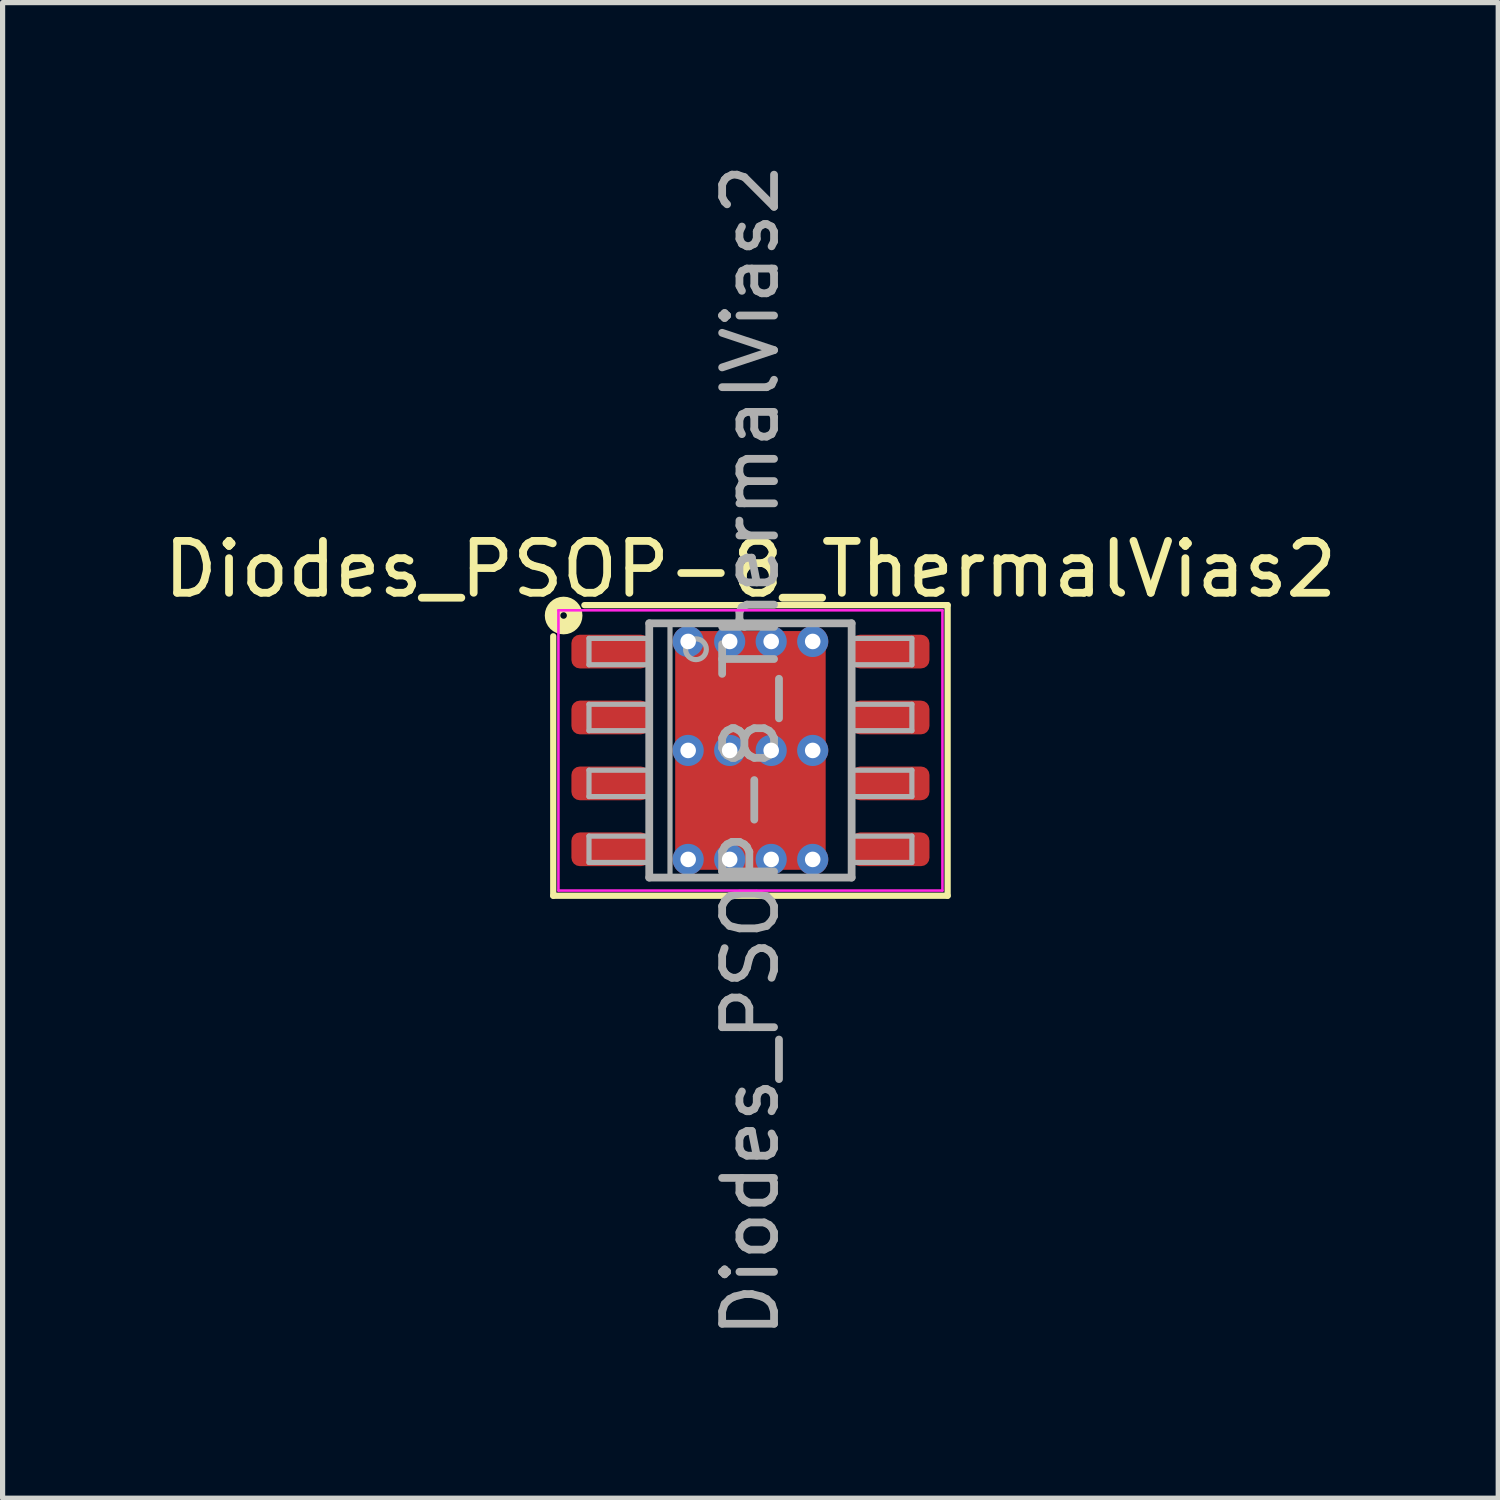
<source format=kicad_pcb>
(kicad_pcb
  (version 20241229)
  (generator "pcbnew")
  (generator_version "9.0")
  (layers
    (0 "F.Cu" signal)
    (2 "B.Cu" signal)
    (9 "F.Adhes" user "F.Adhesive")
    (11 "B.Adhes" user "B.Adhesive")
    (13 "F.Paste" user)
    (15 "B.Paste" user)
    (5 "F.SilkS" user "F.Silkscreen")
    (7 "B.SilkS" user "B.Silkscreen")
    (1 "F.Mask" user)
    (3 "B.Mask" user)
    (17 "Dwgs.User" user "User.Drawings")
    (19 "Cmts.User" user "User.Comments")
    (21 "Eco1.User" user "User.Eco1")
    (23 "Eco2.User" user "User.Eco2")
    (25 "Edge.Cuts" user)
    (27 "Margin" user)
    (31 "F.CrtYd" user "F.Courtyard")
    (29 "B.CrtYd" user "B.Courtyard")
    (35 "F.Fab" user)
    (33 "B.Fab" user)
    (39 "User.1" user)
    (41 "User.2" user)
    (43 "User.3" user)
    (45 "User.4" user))
  (footprint "Diodes_PSOP-8_ThermalVias2"
    (layer "F.Cu")
    (at 11.411 11.411)
    (property "Reference" "Diodes_PSOP-8_ThermalVias2" (at 0 -3.493 0) (layer "F.SilkS") (effects (font (size 1 1) (thickness 0.15))))
    (attr smd)
    (fp_line (start -3.8 -2.2) (end -3.8 2.8) (stroke (width 0.12) (type solid)) (layer "F.SilkS"))
    (fp_line (start -3.8 2.8) (end 3.8 2.8) (stroke (width 0.12) (type solid)) (layer "F.SilkS"))
    (fp_line (start 3.8 -2.8) (end -3.2 -2.8) (stroke (width 0.12) (type solid)) (layer "F.SilkS"))
    (fp_line (start 3.8 2.8) (end 3.8 -2.8) (stroke (width 0.12) (type solid)) (layer "F.SilkS"))
    (fp_circle (center -3.6 -2.6) (end -3.537 -2.6) (stroke (width 0.3) (type solid)) (fill no) (layer "F.SilkS"))
    (fp_line (start -3.7 -2.7) (end -3.7 2.7) (stroke (width 0.05) (type solid)) (layer "F.CrtYd"))
    (fp_line (start -3.7 -2.7) (end 3.7 -2.7) (stroke (width 0.05) (type solid)) (layer "F.CrtYd"))
    (fp_line (start -3.7 2.7) (end 3.7 2.7) (stroke (width 0.05) (type solid)) (layer "F.CrtYd"))
    (fp_line (start 3.7 -2.7) (end 3.7 2.7) (stroke (width 0.05) (type solid)) (layer "F.CrtYd"))
    (fp_line (start -3.111 -2.159) (end -3.111 -1.651) (stroke (width 0.1) (type solid)) (layer "F.Fab"))
    (fp_line (start -3.111 -2.159) (end -1.968 -2.159) (stroke (width 0.1) (type solid)) (layer "F.Fab"))
    (fp_line (start -3.111 -1.651) (end -1.968 -1.651) (stroke (width 0.1) (type solid)) (layer "F.Fab"))
    (fp_line (start -3.111 -0.889) (end -3.111 -0.381) (stroke (width 0.1) (type solid)) (layer "F.Fab"))
    (fp_line (start -3.111 -0.889) (end -1.968 -0.889) (stroke (width 0.1) (type solid)) (layer "F.Fab"))
    (fp_line (start -3.111 -0.381) (end -1.968 -0.381) (stroke (width 0.1) (type solid)) (layer "F.Fab"))
    (fp_line (start -3.111 0.381) (end -3.111 0.889) (stroke (width 0.1) (type solid)) (layer "F.Fab"))
    (fp_line (start -3.111 0.381) (end -1.968 0.381) (stroke (width 0.1) (type solid)) (layer "F.Fab"))
    (fp_line (start -3.111 0.889) (end -1.968 0.889) (stroke (width 0.1) (type solid)) (layer "F.Fab"))
    (fp_line (start -3.111 1.651) (end -3.111 2.159) (stroke (width 0.1) (type solid)) (layer "F.Fab"))
    (fp_line (start -3.111 1.651) (end -1.968 1.651) (stroke (width 0.1) (type solid)) (layer "F.Fab"))
    (fp_line (start -3.111 2.159) (end -1.968 2.159) (stroke (width 0.1) (type solid)) (layer "F.Fab"))
    (fp_line (start -1.95 -2.45) (end 1.95 -2.45) (stroke (width 0.15) (type solid)) (layer "F.Fab"))
    (fp_line (start -1.95 2.45) (end -1.95 -2.45) (stroke (width 0.15) (type solid)) (layer "F.Fab"))
    (fp_line (start -1.55 -2.45) (end -1.55 2.45) (stroke (width 0.1) (type solid)) (layer "F.Fab"))
    (fp_line (start 1.95 -2.45) (end 1.95 2.45) (stroke (width 0.15) (type solid)) (layer "F.Fab"))
    (fp_line (start 1.95 2.45) (end -1.95 2.45) (stroke (width 0.15) (type solid)) (layer "F.Fab"))
    (fp_line (start 3.111 -2.159) (end 1.968 -2.159) (stroke (width 0.1) (type solid)) (layer "F.Fab"))
    (fp_line (start 3.111 -1.651) (end 1.968 -1.651) (stroke (width 0.1) (type solid)) (layer "F.Fab"))
    (fp_line (start 3.111 -1.651) (end 3.111 -2.159) (stroke (width 0.1) (type solid)) (layer "F.Fab"))
    (fp_line (start 3.111 -0.889) (end 1.968 -0.889) (stroke (width 0.1) (type solid)) (layer "F.Fab"))
    (fp_line (start 3.111 -0.381) (end 1.968 -0.381) (stroke (width 0.1) (type solid)) (layer "F.Fab"))
    (fp_line (start 3.111 -0.381) (end 3.111 -0.889) (stroke (width 0.1) (type solid)) (layer "F.Fab"))
    (fp_line (start 3.111 0.381) (end 1.968 0.381) (stroke (width 0.1) (type solid)) (layer "F.Fab"))
    (fp_line (start 3.111 0.889) (end 1.968 0.889) (stroke (width 0.1) (type solid)) (layer "F.Fab"))
    (fp_line (start 3.111 0.889) (end 3.111 0.381) (stroke (width 0.1) (type solid)) (layer "F.Fab"))
    (fp_line (start 3.111 1.651) (end 1.968 1.651) (stroke (width 0.1) (type solid)) (layer "F.Fab"))
    (fp_line (start 3.111 2.159) (end 1.968 2.159) (stroke (width 0.1) (type solid)) (layer "F.Fab"))
    (fp_line (start 3.111 2.159) (end 3.111 1.651) (stroke (width 0.1) (type solid)) (layer "F.Fab"))
    (fp_circle (center -1.05 -1.95) (end -0.85 -1.95) (stroke (width 0.1) (type solid)) (fill no) (layer "F.Fab"))
    (fp_text user "${REFERENCE}" (at 0 0 90) (layer "F.Fab") (effects (font (size 1 1) (thickness 0.15))))
    (pad "" smd roundrect (at -0.625 -1.05 90) (size 1.1 1.05) (layers "F.Paste") (roundrect_rratio 0.238))
    (pad "" smd roundrect (at -0.625 1.05 90) (size 1.1 1.05) (layers "F.Paste") (roundrect_rratio 0.238))
    (pad "" smd roundrect (at 0 -1.05) (size 2.7 1.5) (layers "F.Mask") (roundrect_rratio 0.167))
    (pad "" smd roundrect (at 0 1.05) (size 2.7 1.5) (layers "F.Mask") (roundrect_rratio 0.167))
    (pad "" smd roundrect (at 0.625 -1.05 90) (size 1.1 1.05) (layers "F.Paste") (roundrect_rratio 0.238))
    (pad "" smd roundrect (at 0.625 1.05 90) (size 1.1 1.05) (layers "F.Paste") (roundrect_rratio 0.238))
    (pad "1" smd roundrect (at -2.7 -1.905) (size 1.5 0.65) (layers "F.Cu" "F.Mask" "F.Paste") (roundrect_rratio 0.25))
    (pad "2" smd roundrect (at -2.7 -0.635) (size 1.5 0.65) (layers "F.Cu" "F.Mask" "F.Paste") (roundrect_rratio 0.25))
    (pad "3" smd roundrect (at -2.7 0.635) (size 1.5 0.65) (layers "F.Cu" "F.Mask" "F.Paste") (roundrect_rratio 0.25))
    (pad "4" smd roundrect (at -2.7 1.905) (size 1.5 0.65) (layers "F.Cu" "F.Mask" "F.Paste") (roundrect_rratio 0.25))
    (pad "5" smd roundrect (at 2.7 1.905) (size 1.5 0.65) (layers "F.Cu" "F.Mask" "F.Paste") (roundrect_rratio 0.25))
    (pad "6" smd roundrect (at 2.7 0.635) (size 1.5 0.65) (layers "F.Cu" "F.Mask" "F.Paste") (roundrect_rratio 0.25))
    (pad "7" smd roundrect (at 2.7 -0.635) (size 1.5 0.65) (layers "F.Cu" "F.Mask" "F.Paste") (roundrect_rratio 0.25))
    (pad "8" smd roundrect (at 2.7 -1.905) (size 1.5 0.65) (layers "F.Cu" "F.Mask" "F.Paste") (roundrect_rratio 0.25))
    (pad "9" thru_hole circle (at -1.2 -2.1) (size 0.6 0.6) (drill 0.3) (property pad_prop_heatsink) (layers "*.Cu" "*.Mask"))
    (pad "9" thru_hole circle (at -1.2 0) (size 0.6 0.6) (drill 0.3) (property pad_prop_heatsink) (layers "*.Cu" "*.Mask"))
    (pad "9" thru_hole circle (at -1.2 2.1) (size 0.6 0.6) (drill 0.3) (property pad_prop_heatsink) (layers "*.Cu" "*.Mask"))
    (pad "9" thru_hole circle (at -0.4 -2.1) (size 0.6 0.6) (drill 0.3) (property pad_prop_heatsink) (layers "*.Cu" "*.Mask"))
    (pad "9" thru_hole circle (at -0.4 0) (size 0.6 0.6) (drill 0.3) (property pad_prop_heatsink) (layers "*.Cu" "*.Mask"))
    (pad "9" thru_hole circle (at -0.4 2.1) (size 0.6 0.6) (drill 0.3) (property pad_prop_heatsink) (layers "*.Cu" "*.Mask"))
    (pad "9" smd roundrect (at 0 0 90) (size 4.6 2.9) (layers "F.Cu") (roundrect_rratio 0.086))
    (pad "9" thru_hole circle (at 0.4 -2.1) (size 0.6 0.6) (drill 0.3) (property pad_prop_heatsink) (layers "*.Cu" "*.Mask"))
    (pad "9" thru_hole circle (at 0.4 0) (size 0.6 0.6) (drill 0.3) (property pad_prop_heatsink) (layers "*.Cu" "*.Mask"))
    (pad "9" thru_hole circle (at 0.4 2.1) (size 0.6 0.6) (drill 0.3) (property pad_prop_heatsink) (layers "*.Cu" "*.Mask"))
    (pad "9" thru_hole circle (at 1.2 -2.1) (size 0.6 0.6) (drill 0.3) (property pad_prop_heatsink) (layers "*.Cu" "*.Mask"))
    (pad "9" thru_hole circle (at 1.2 0) (size 0.6 0.6) (drill 0.3) (property pad_prop_heatsink) (layers "*.Cu" "*.Mask"))
    (pad "9" thru_hole circle (at 1.2 2.1) (size 0.6 0.6) (drill 0.3) (property pad_prop_heatsink) (layers "*.Cu" "*.Mask")))
  (gr_rect
    (start -3 -3)
    (end 25.821 25.821)
    (stroke (width 0.1) (type default))
    (fill no)
    (layer "Edge.Cuts")))
</source>
